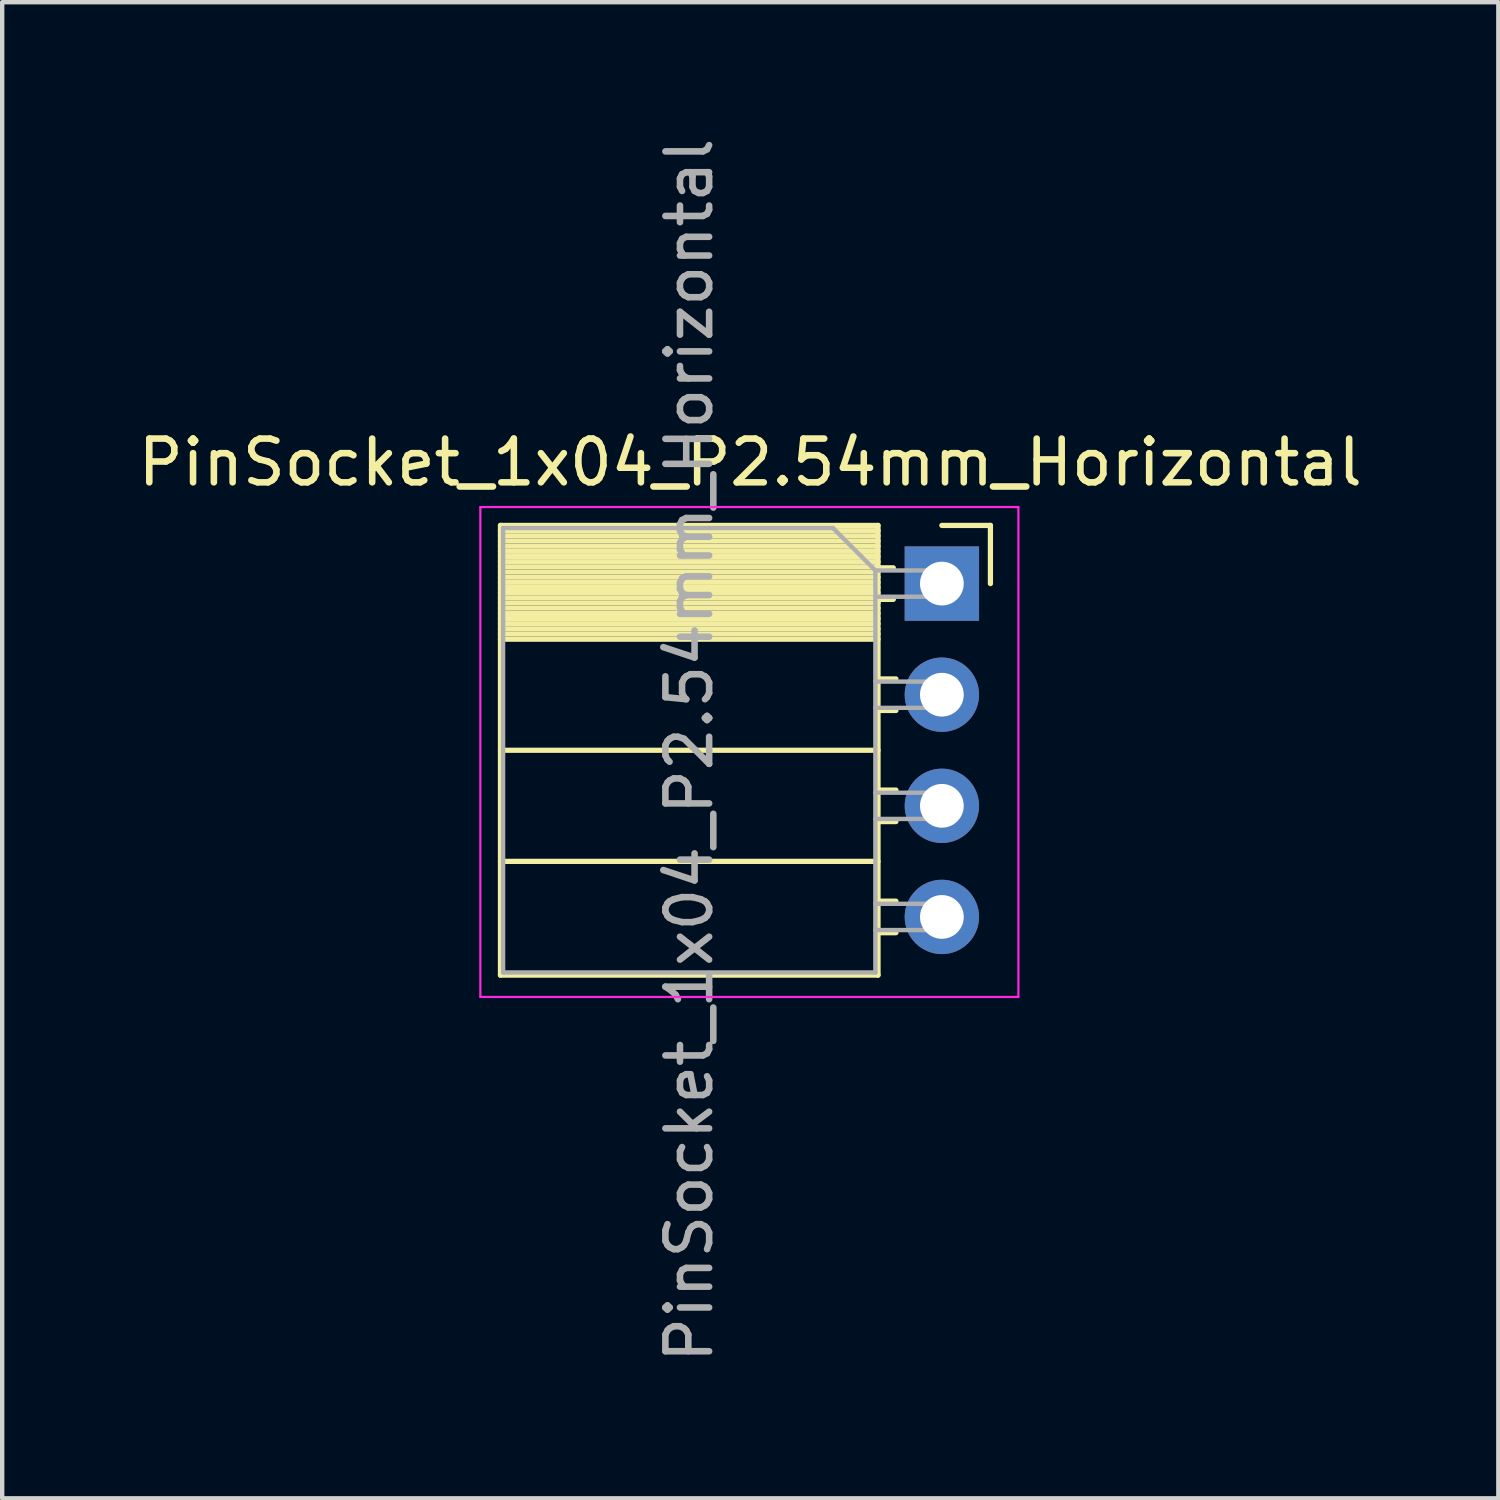
<source format=kicad_pcb>
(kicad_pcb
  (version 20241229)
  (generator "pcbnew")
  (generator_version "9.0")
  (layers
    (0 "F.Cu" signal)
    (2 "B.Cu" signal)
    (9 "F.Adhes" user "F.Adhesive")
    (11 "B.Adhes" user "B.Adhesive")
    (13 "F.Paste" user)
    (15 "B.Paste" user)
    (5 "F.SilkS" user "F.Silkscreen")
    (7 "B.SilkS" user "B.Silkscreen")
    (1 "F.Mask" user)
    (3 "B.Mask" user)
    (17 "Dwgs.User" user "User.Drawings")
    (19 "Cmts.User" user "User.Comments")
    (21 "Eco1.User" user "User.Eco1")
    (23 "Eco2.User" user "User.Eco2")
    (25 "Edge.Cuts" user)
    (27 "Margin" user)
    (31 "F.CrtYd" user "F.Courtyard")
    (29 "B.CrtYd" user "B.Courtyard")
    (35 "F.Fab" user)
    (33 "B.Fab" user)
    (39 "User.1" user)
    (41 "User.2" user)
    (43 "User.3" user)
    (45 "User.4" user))
  (footprint "PinSocket_1x04_P2.54mm_Horizontal"
    (layer "F.Cu")
    (at 18.481 10.291)
    (property "Reference" "PinSocket_1x04_P2.54mm_Horizontal" (at -4.38 -2.77 0) (layer "F.SilkS") (effects (font (size 1 1) (thickness 0.15))))
    (attr through_hole)
    (fp_line (start -10.09 -1.33) (end -10.09 8.95) (stroke (width 0.12) (type solid)) (layer "F.SilkS"))
    (fp_line (start -10.09 -1.33) (end -1.46 -1.33) (stroke (width 0.12) (type solid)) (layer "F.SilkS"))
    (fp_line (start -10.09 -1.21) (end -1.46 -1.21) (stroke (width 0.12) (type solid)) (layer "F.SilkS"))
    (fp_line (start -10.09 -1.092) (end -1.46 -1.092) (stroke (width 0.12) (type solid)) (layer "F.SilkS"))
    (fp_line (start -10.09 -0.974) (end -1.46 -0.974) (stroke (width 0.12) (type solid)) (layer "F.SilkS"))
    (fp_line (start -10.09 -0.856) (end -1.46 -0.856) (stroke (width 0.12) (type solid)) (layer "F.SilkS"))
    (fp_line (start -10.09 -0.738) (end -1.46 -0.738) (stroke (width 0.12) (type solid)) (layer "F.SilkS"))
    (fp_line (start -10.09 -0.62) (end -1.46 -0.62) (stroke (width 0.12) (type solid)) (layer "F.SilkS"))
    (fp_line (start -10.09 -0.501) (end -1.46 -0.501) (stroke (width 0.12) (type solid)) (layer "F.SilkS"))
    (fp_line (start -10.09 -0.383) (end -1.46 -0.383) (stroke (width 0.12) (type solid)) (layer "F.SilkS"))
    (fp_line (start -10.09 -0.265) (end -1.46 -0.265) (stroke (width 0.12) (type solid)) (layer "F.SilkS"))
    (fp_line (start -10.09 -0.147) (end -1.46 -0.147) (stroke (width 0.12) (type solid)) (layer "F.SilkS"))
    (fp_line (start -10.09 -0.029) (end -1.46 -0.029) (stroke (width 0.12) (type solid)) (layer "F.SilkS"))
    (fp_line (start -10.09 0.089) (end -1.46 0.089) (stroke (width 0.12) (type solid)) (layer "F.SilkS"))
    (fp_line (start -10.09 0.207) (end -1.46 0.207) (stroke (width 0.12) (type solid)) (layer "F.SilkS"))
    (fp_line (start -10.09 0.325) (end -1.46 0.325) (stroke (width 0.12) (type solid)) (layer "F.SilkS"))
    (fp_line (start -10.09 0.443) (end -1.46 0.443) (stroke (width 0.12) (type solid)) (layer "F.SilkS"))
    (fp_line (start -10.09 0.561) (end -1.46 0.561) (stroke (width 0.12) (type solid)) (layer "F.SilkS"))
    (fp_line (start -10.09 0.68) (end -1.46 0.68) (stroke (width 0.12) (type solid)) (layer "F.SilkS"))
    (fp_line (start -10.09 0.798) (end -1.46 0.798) (stroke (width 0.12) (type solid)) (layer "F.SilkS"))
    (fp_line (start -10.09 0.916) (end -1.46 0.916) (stroke (width 0.12) (type solid)) (layer "F.SilkS"))
    (fp_line (start -10.09 1.034) (end -1.46 1.034) (stroke (width 0.12) (type solid)) (layer "F.SilkS"))
    (fp_line (start -10.09 1.152) (end -1.46 1.152) (stroke (width 0.12) (type solid)) (layer "F.SilkS"))
    (fp_line (start -10.09 1.27) (end -1.46 1.27) (stroke (width 0.12) (type solid)) (layer "F.SilkS"))
    (fp_line (start -10.09 3.81) (end -1.46 3.81) (stroke (width 0.12) (type solid)) (layer "F.SilkS"))
    (fp_line (start -10.09 6.35) (end -1.46 6.35) (stroke (width 0.12) (type solid)) (layer "F.SilkS"))
    (fp_line (start -10.09 8.95) (end -1.46 8.95) (stroke (width 0.12) (type solid)) (layer "F.SilkS"))
    (fp_line (start -1.46 -1.33) (end -1.46 8.95) (stroke (width 0.12) (type solid)) (layer "F.SilkS"))
    (fp_line (start -1.46 -0.36) (end -1.11 -0.36) (stroke (width 0.12) (type solid)) (layer "F.SilkS"))
    (fp_line (start -1.46 0.36) (end -1.11 0.36) (stroke (width 0.12) (type solid)) (layer "F.SilkS"))
    (fp_line (start -1.46 2.18) (end -1.05 2.18) (stroke (width 0.12) (type solid)) (layer "F.SilkS"))
    (fp_line (start -1.46 2.9) (end -1.05 2.9) (stroke (width 0.12) (type solid)) (layer "F.SilkS"))
    (fp_line (start -1.46 4.72) (end -1.05 4.72) (stroke (width 0.12) (type solid)) (layer "F.SilkS"))
    (fp_line (start -1.46 5.44) (end -1.05 5.44) (stroke (width 0.12) (type solid)) (layer "F.SilkS"))
    (fp_line (start -1.46 7.26) (end -1.05 7.26) (stroke (width 0.12) (type solid)) (layer "F.SilkS"))
    (fp_line (start -1.46 7.98) (end -1.05 7.98) (stroke (width 0.12) (type solid)) (layer "F.SilkS"))
    (fp_line (start 0 -1.33) (end 1.11 -1.33) (stroke (width 0.12) (type solid)) (layer "F.SilkS"))
    (fp_line (start 1.11 -1.33) (end 1.11 0) (stroke (width 0.12) (type solid)) (layer "F.SilkS"))
    (fp_line (start -10.55 -1.75) (end -10.55 9.45) (stroke (width 0.05) (type solid)) (layer "F.CrtYd"))
    (fp_line (start -10.55 9.45) (end 1.75 9.45) (stroke (width 0.05) (type solid)) (layer "F.CrtYd"))
    (fp_line (start 1.75 -1.75) (end -10.55 -1.75) (stroke (width 0.05) (type solid)) (layer "F.CrtYd"))
    (fp_line (start 1.75 9.45) (end 1.75 -1.75) (stroke (width 0.05) (type solid)) (layer "F.CrtYd"))
    (fp_line (start -10.03 -1.27) (end -2.49 -1.27) (stroke (width 0.1) (type solid)) (layer "F.Fab"))
    (fp_line (start -10.03 8.89) (end -10.03 -1.27) (stroke (width 0.1) (type solid)) (layer "F.Fab"))
    (fp_line (start -2.49 -1.27) (end -1.52 -0.3) (stroke (width 0.1) (type solid)) (layer "F.Fab"))
    (fp_line (start -1.52 -0.3) (end -1.52 8.89) (stroke (width 0.1) (type solid)) (layer "F.Fab"))
    (fp_line (start -1.52 0.3) (end 0 0.3) (stroke (width 0.1) (type solid)) (layer "F.Fab"))
    (fp_line (start -1.52 2.84) (end 0 2.84) (stroke (width 0.1) (type solid)) (layer "F.Fab"))
    (fp_line (start -1.52 5.38) (end 0 5.38) (stroke (width 0.1) (type solid)) (layer "F.Fab"))
    (fp_line (start -1.52 7.92) (end 0 7.92) (stroke (width 0.1) (type solid)) (layer "F.Fab"))
    (fp_line (start -1.52 8.89) (end -10.03 8.89) (stroke (width 0.1) (type solid)) (layer "F.Fab"))
    (fp_line (start 0 -0.3) (end -1.52 -0.3) (stroke (width 0.1) (type solid)) (layer "F.Fab"))
    (fp_line (start 0 0.3) (end 0 -0.3) (stroke (width 0.1) (type solid)) (layer "F.Fab"))
    (fp_line (start 0 2.24) (end -1.52 2.24) (stroke (width 0.1) (type solid)) (layer "F.Fab"))
    (fp_line (start 0 2.84) (end 0 2.24) (stroke (width 0.1) (type solid)) (layer "F.Fab"))
    (fp_line (start 0 4.78) (end -1.52 4.78) (stroke (width 0.1) (type solid)) (layer "F.Fab"))
    (fp_line (start 0 5.38) (end 0 4.78) (stroke (width 0.1) (type solid)) (layer "F.Fab"))
    (fp_line (start 0 7.32) (end -1.52 7.32) (stroke (width 0.1) (type solid)) (layer "F.Fab"))
    (fp_line (start 0 7.92) (end 0 7.32) (stroke (width 0.1) (type solid)) (layer "F.Fab"))
    (fp_text user "${REFERENCE}" (at -5.775 3.81 90) (layer "F.Fab") (effects (font (size 1 1) (thickness 0.15))))
    (pad "1" thru_hole rect (at 0 0) (size 1.7 1.7) (drill 1) (layers "*.Cu" "*.Mask"))
    (pad "2" thru_hole oval (at 0 2.54) (size 1.7 1.7) (drill 1) (layers "*.Cu" "*.Mask"))
    (pad "3" thru_hole oval (at 0 5.08) (size 1.7 1.7) (drill 1) (layers "*.Cu" "*.Mask"))
    (pad "4" thru_hole oval (at 0 7.62) (size 1.7 1.7) (drill 1) (layers "*.Cu" "*.Mask")))
  (gr_rect
    (start -3 -3)
    (end 31.202 31.202)
    (stroke (width 0.1) (type default))
    (fill no)
    (layer "Edge.Cuts")))
</source>
